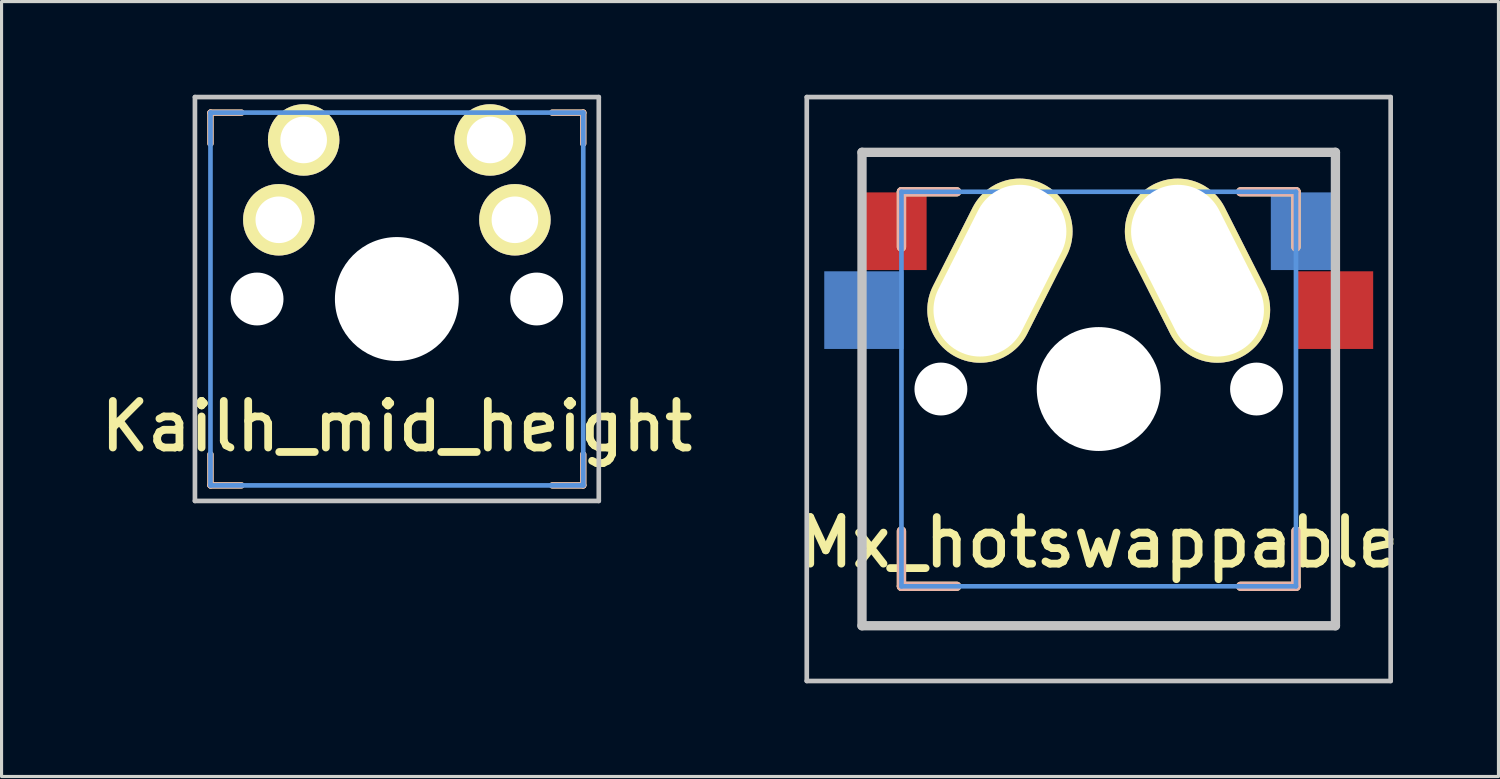
<source format=kicad_pcb>
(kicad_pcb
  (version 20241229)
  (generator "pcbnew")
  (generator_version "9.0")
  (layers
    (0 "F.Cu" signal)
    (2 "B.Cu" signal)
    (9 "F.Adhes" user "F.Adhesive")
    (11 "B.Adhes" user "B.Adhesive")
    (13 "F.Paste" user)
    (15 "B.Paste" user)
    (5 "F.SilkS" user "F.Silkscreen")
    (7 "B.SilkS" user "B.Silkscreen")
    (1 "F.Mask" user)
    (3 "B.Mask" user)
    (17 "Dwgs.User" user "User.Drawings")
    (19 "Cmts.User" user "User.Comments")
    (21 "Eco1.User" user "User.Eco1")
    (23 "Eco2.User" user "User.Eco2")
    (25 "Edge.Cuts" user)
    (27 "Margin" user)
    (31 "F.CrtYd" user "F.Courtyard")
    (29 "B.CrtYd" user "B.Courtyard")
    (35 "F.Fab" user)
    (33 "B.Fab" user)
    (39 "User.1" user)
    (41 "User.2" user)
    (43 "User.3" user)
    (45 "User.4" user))
  (footprint "Mx_hotswappable"
    (layer "F.Cu")
    (at 32.318 9.473)
    (property "Reference" "Mx_hotswappable" (at 0 4.94 0) (layer "F.SilkS") (effects (font (size 1.5 1.5) (thickness 0.25))))
    (attr through_hole)
    (fp_line (start -6.35 -6.35) (end -4.572 -6.35) (stroke (width 0.3) (type solid)) (layer "F.SilkS"))
    (fp_line (start -6.35 -4.572) (end -6.35 -6.35) (stroke (width 0.3) (type solid)) (layer "F.SilkS"))
    (fp_line (start -6.35 6.35) (end -6.35 4.572) (stroke (width 0.3) (type solid)) (layer "F.SilkS"))
    (fp_line (start -4.572 6.35) (end -6.35 6.35) (stroke (width 0.3) (type solid)) (layer "F.SilkS"))
    (fp_line (start 4.572 -6.35) (end 6.35 -6.35) (stroke (width 0.3) (type solid)) (layer "F.SilkS"))
    (fp_line (start 6.35 -6.35) (end 6.35 -4.572) (stroke (width 0.3) (type solid)) (layer "F.SilkS"))
    (fp_line (start 6.35 4.572) (end 6.35 6.35) (stroke (width 0.3) (type solid)) (layer "F.SilkS"))
    (fp_line (start 6.35 6.35) (end 4.572 6.35) (stroke (width 0.3) (type solid)) (layer "F.SilkS"))
    (fp_line (start -6.35 -6.35) (end -4.572 -6.35) (stroke (width 0.3) (type solid)) (layer "B.SilkS"))
    (fp_line (start -6.35 -4.572) (end -6.35 -6.35) (stroke (width 0.3) (type solid)) (layer "B.SilkS"))
    (fp_line (start -6.35 6.35) (end -6.35 4.572) (stroke (width 0.3) (type solid)) (layer "B.SilkS"))
    (fp_line (start -4.572 6.35) (end -6.35 6.35) (stroke (width 0.3) (type solid)) (layer "B.SilkS"))
    (fp_line (start 4.572 -6.35) (end 6.35 -6.35) (stroke (width 0.3) (type solid)) (layer "B.SilkS"))
    (fp_line (start 6.35 -6.35) (end 6.35 -4.572) (stroke (width 0.3) (type solid)) (layer "B.SilkS"))
    (fp_line (start 6.35 4.572) (end 6.35 6.35) (stroke (width 0.3) (type solid)) (layer "B.SilkS"))
    (fp_line (start 6.35 6.35) (end 4.572 6.35) (stroke (width 0.3) (type solid)) (layer "B.SilkS"))
    (fp_line (start -9.398 -9.398) (end -9.398 9.398) (stroke (width 0.15) (type solid)) (layer "Dwgs.User"))
    (fp_line (start -9.398 -9.398) (end 9.398 -9.398) (stroke (width 0.15) (type solid)) (layer "Dwgs.User"))
    (fp_line (start -9.398 9.398) (end 9.398 9.398) (stroke (width 0.15) (type solid)) (layer "Dwgs.User"))
    (fp_line (start -7.62 -7.62) (end -7.62 7.62) (stroke (width 0.3) (type solid)) (layer "Dwgs.User"))
    (fp_line (start -7.62 -7.62) (end 7.62 -7.62) (stroke (width 0.3) (type solid)) (layer "Dwgs.User"))
    (fp_line (start -7.62 7.62) (end 7.62 7.62) (stroke (width 0.3) (type solid)) (layer "Dwgs.User"))
    (fp_line (start 7.62 -7.62) (end 7.62 7.62) (stroke (width 0.3) (type solid)) (layer "Dwgs.User"))
    (fp_line (start 9.398 -9.398) (end 9.398 9.398) (stroke (width 0.15) (type solid)) (layer "Dwgs.User"))
    (fp_line (start -6.35 6.35) (end -6.35 -6.35) (stroke (width 0.15) (type solid)) (layer "Cmts.User"))
    (fp_line (start -6.35 6.35) (end 6.35 6.35) (stroke (width 0.15) (type solid)) (layer "Cmts.User"))
    (fp_line (start 6.35 -6.35) (end -6.35 -6.35) (stroke (width 0.15) (type solid)) (layer "Cmts.User"))
    (fp_line (start 6.35 -6.35) (end 6.35 6.35) (stroke (width 0.15) (type solid)) (layer "Cmts.User"))
    (fp_line (start -6.985 -6.985) (end 6.985 -6.985) (stroke (width 0.15) (type solid)) (layer "Eco2.User"))
    (fp_line (start -6.985 6.985) (end -6.985 -6.985) (stroke (width 0.15) (type solid)) (layer "Eco2.User"))
    (fp_line (start 6.985 -6.985) (end 6.985 6.985) (stroke (width 0.15) (type solid)) (layer "Eco2.User"))
    (fp_line (start 6.985 6.985) (end -6.985 6.985) (stroke (width 0.15) (type solid)) (layer "Eco2.User"))
    (pad "" np_thru_hole circle (at -5.08 0) (size 1.702 1.702) (drill 1.702) (layers "*.Cu" "*.Mask"))
    (pad "" np_thru_hole circle (at 0 0) (size 3.988 3.988) (drill 3.988) (layers "*.Cu" "*.Mask"))
    (pad "" np_thru_hole circle (at 5.08 0) (size 1.702 1.702) (drill 1.702) (layers "*.Cu" "*.Mask"))
    (pad "1" smd rect (at -6.64 -5.08) (size 2.2 2.5) (layers "F.Cu" "F.Mask" "F.Paste"))
    (pad "1" thru_hole oval (at -3.18 -3.81 333.2) (size 3.4 6.232) (drill oval 3 5.832) (layers "*.Cu" "*.Mask" "F.SilkS"))
    (pad "1" smd rect (at 6.64 -5.08) (size 2.2 2.5) (layers "B.Cu" "B.Mask" "B.Paste"))
    (pad "2" smd rect (at -7.56 -2.54) (size 2.55 2.5) (layers "B.Cu" "B.Mask" "B.Paste"))
    (pad "2" thru_hole oval (at 3.18 -3.81 26.8) (size 3.4 6.232) (drill oval 3 5.832) (layers "*.Cu" "*.Mask" "F.SilkS"))
    (pad "2" smd rect (at 7.56 -2.54) (size 2.55 2.5) (layers "F.Cu" "F.Mask" "F.Paste")))
  (footprint "Kailh_mid_height"
    (layer "F.Cu")
    (at 9.725 6.575)
    (property "Reference" "Kailh_mid_height" (at 0 4.1 0) (layer "F.SilkS") (effects (font (size 1.5 1.5) (thickness 0.25))))
    (attr through_hole)
    (fp_line (start -6 -6) (end -5 -6) (stroke (width 0.2) (type solid)) (layer "F.SilkS"))
    (fp_line (start -6 -5) (end -6 -6) (stroke (width 0.2) (type solid)) (layer "F.SilkS"))
    (fp_line (start -6 6) (end -6 5) (stroke (width 0.2) (type solid)) (layer "F.SilkS"))
    (fp_line (start -5 6) (end -6 6) (stroke (width 0.2) (type solid)) (layer "F.SilkS"))
    (fp_line (start 5 -6) (end 6 -6) (stroke (width 0.2) (type solid)) (layer "F.SilkS"))
    (fp_line (start 6 -6) (end 6 -5) (stroke (width 0.2) (type solid)) (layer "F.SilkS"))
    (fp_line (start 6 5) (end 6 6) (stroke (width 0.2) (type solid)) (layer "F.SilkS"))
    (fp_line (start 6 6) (end 5 6) (stroke (width 0.2) (type solid)) (layer "F.SilkS"))
    (fp_line (start -6 -6) (end -5 -6) (stroke (width 0.2) (type solid)) (layer "B.SilkS"))
    (fp_line (start -6 -5) (end -6 -6) (stroke (width 0.2) (type solid)) (layer "B.SilkS"))
    (fp_line (start -6 6) (end -6 5) (stroke (width 0.2) (type solid)) (layer "B.SilkS"))
    (fp_line (start -5 6) (end -6 6) (stroke (width 0.2) (type solid)) (layer "B.SilkS"))
    (fp_line (start 5 -6) (end 6 -6) (stroke (width 0.2) (type solid)) (layer "B.SilkS"))
    (fp_line (start 6 -6) (end 6 -5) (stroke (width 0.2) (type solid)) (layer "B.SilkS"))
    (fp_line (start 6 5) (end 6 6) (stroke (width 0.2) (type solid)) (layer "B.SilkS"))
    (fp_line (start 6 6) (end 5 6) (stroke (width 0.2) (type solid)) (layer "B.SilkS"))
    (fp_line (start -6.5 -6.5) (end 6.5 -6.5) (stroke (width 0.15) (type solid)) (layer "Dwgs.User"))
    (fp_line (start -6.5 6.5) (end -6.5 -6.5) (stroke (width 0.15) (type solid)) (layer "Dwgs.User"))
    (fp_line (start 6.5 -6.5) (end 6.5 6.5) (stroke (width 0.15) (type solid)) (layer "Dwgs.User"))
    (fp_line (start 6.5 6.5) (end -6.5 6.5) (stroke (width 0.15) (type solid)) (layer "Dwgs.User"))
    (fp_line (start -6 6) (end -6 -6) (stroke (width 0.15) (type solid)) (layer "Cmts.User"))
    (fp_line (start -6 6) (end 6 6) (stroke (width 0.15) (type solid)) (layer "Cmts.User"))
    (fp_line (start 6 -6) (end -6 -6) (stroke (width 0.15) (type solid)) (layer "Cmts.User"))
    (fp_line (start 6 -6) (end 6 6) (stroke (width 0.15) (type solid)) (layer "Cmts.User"))
    (pad "" np_thru_hole circle (at -4.5 0) (size 1.702 1.702) (drill 1.702) (layers "*.Cu" "*.Mask"))
    (pad "" np_thru_hole circle (at 0 0) (size 3.988 3.988) (drill 3.988) (layers "*.Cu" "*.Mask"))
    (pad "" np_thru_hole circle (at 4.5 0) (size 1.702 1.702) (drill 1.702) (layers "*.Cu" "*.Mask"))
    (pad "1" thru_hole circle (at -3.8 -2.55) (size 2.3 2.3) (drill 1.5) (layers "*.Cu" "*.Mask" "F.SilkS"))
    (pad "1" thru_hole circle (at -3 -5.12) (size 2.3 2.3) (drill 1.5) (layers "*.Cu" "*.Mask" "F.SilkS"))
    (pad "2" thru_hole circle (at 3 -5.12) (size 2.3 2.3) (drill 1.5) (layers "*.Cu" "*.Mask" "F.SilkS"))
    (pad "2" thru_hole circle (at 3.8 -2.55) (size 2.3 2.3) (drill 1.5) (layers "*.Cu" "*.Mask" "F.SilkS")))
  (gr_rect
    (start -3 -3)
    (end 45.186 21.946)
    (stroke (width 0.1) (type default))
    (fill no)
    (layer "Edge.Cuts")))
</source>
